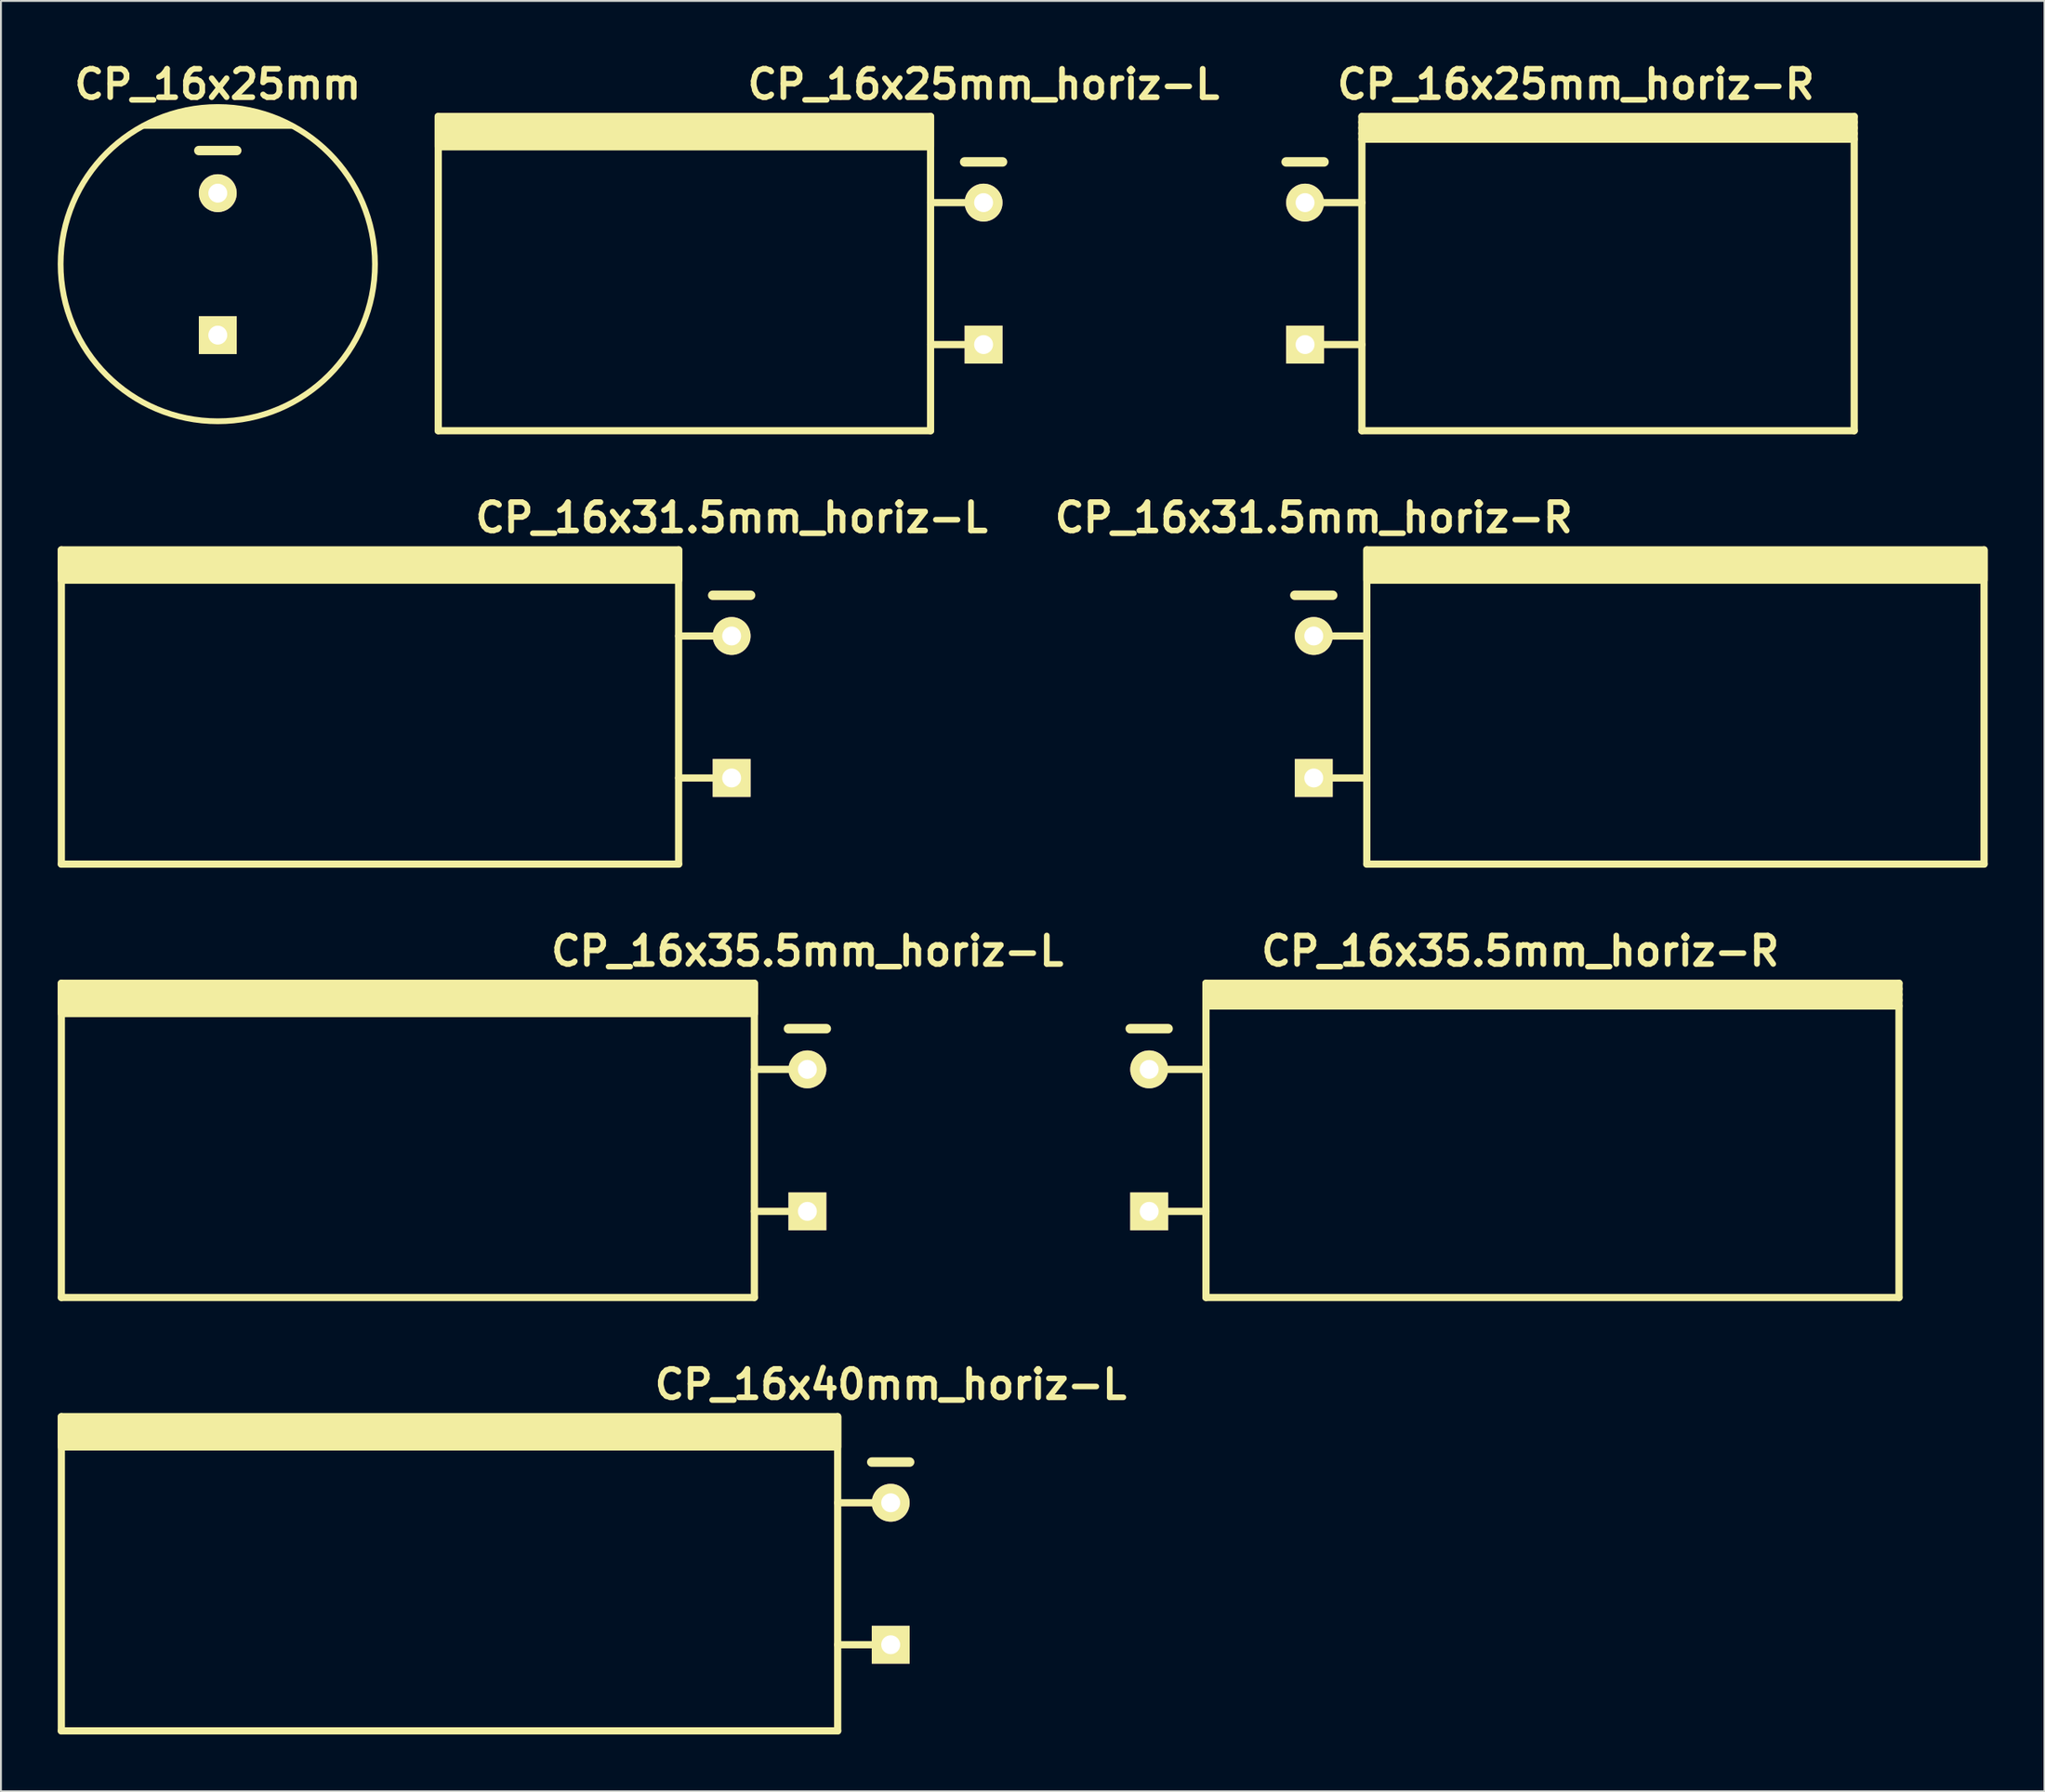
<source format=kicad_pcb>
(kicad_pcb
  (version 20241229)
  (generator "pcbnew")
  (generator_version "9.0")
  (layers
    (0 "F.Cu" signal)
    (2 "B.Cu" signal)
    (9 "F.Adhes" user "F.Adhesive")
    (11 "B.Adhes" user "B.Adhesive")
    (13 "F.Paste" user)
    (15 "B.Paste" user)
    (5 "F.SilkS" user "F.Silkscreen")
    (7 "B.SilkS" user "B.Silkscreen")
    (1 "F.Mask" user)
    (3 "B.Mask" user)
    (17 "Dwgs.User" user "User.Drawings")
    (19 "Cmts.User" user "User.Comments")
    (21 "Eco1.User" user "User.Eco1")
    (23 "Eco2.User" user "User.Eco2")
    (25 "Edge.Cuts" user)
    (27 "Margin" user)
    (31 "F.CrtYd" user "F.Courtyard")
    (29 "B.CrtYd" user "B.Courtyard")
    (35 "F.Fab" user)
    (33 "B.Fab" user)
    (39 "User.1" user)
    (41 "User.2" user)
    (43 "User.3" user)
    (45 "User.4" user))
  (footprint "CP_16x35.5mm_horiz-L"
    (layer "F.Cu")
    (at 39.59 57.193)
    (property "Reference" "CP_16x35.5mm_horiz-L" (at 0 -10 0) (layer "F.SilkS") (effects (font (size 1.5 1.5) (thickness 0.3))))
    (attr through_hole)
    (fp_line (start -39.4 8.3) (end -39.4 -8.3) (stroke (width 0.381) (type solid)) (layer "F.SilkS"))
    (fp_line (start -2.8 -8.3) (end -2.8 8.3) (stroke (width 0.381) (type solid)) (layer "F.SilkS"))
    (fp_line (start -2.8 -3.75) (end 0 -3.75) (stroke (width 0.381) (type solid)) (layer "F.SilkS"))
    (fp_line (start -2.8 3.75) (end 0 3.75) (stroke (width 0.381) (type solid)) (layer "F.SilkS"))
    (fp_line (start -2.8 8.3) (end -39.4 8.3) (stroke (width 0.381) (type solid)) (layer "F.SilkS"))
    (fp_line (start -1 -5.9) (end 1 -5.9) (stroke (width 0.5) (type solid)) (layer "F.SilkS"))
    (fp_poly (pts (xy -2.8 -6.7) (xy -39.4 -6.7) (xy -39.4 -8.3) (xy -2.8 -8.3)) (stroke (width 0.381) (type solid)) (fill yes) (layer "F.SilkS"))
    (pad "1" thru_hole rect (at 0 3.75) (size 2 2) (drill 1) (layers "*.Cu" "*.Mask" "F.SilkS"))
    (pad "2" thru_hole circle (at 0 -3.75) (size 2 2) (drill 1) (layers "*.Cu" "*.Mask" "F.SilkS")))
  (footprint "CP_16x35.5mm_horiz-R"
    (layer "F.Cu")
    (at 77.24 57.193)
    (property "Reference" "CP_16x35.5mm_horiz-R" (at 0 -10 0) (layer "F.SilkS") (effects (font (size 1.5 1.5) (thickness 0.3))))
    (attr through_hole)
    (fp_line (start -20.6 -5.9) (end -18.6 -5.9) (stroke (width 0.5) (type solid)) (layer "F.SilkS"))
    (fp_line (start -19.6 -3.75) (end -16.6 -3.75) (stroke (width 0.381) (type solid)) (layer "F.SilkS"))
    (fp_line (start -19.6 3.75) (end -16.6 3.75) (stroke (width 0.381) (type solid)) (layer "F.SilkS"))
    (fp_line (start -16.6 -8) (end 20 -8) (stroke (width 0.381) (type solid)) (layer "F.SilkS"))
    (fp_line (start -16.6 -7.7) (end 20 -7.7) (stroke (width 0.381) (type solid)) (layer "F.SilkS"))
    (fp_line (start -16.6 -7.4) (end 20 -7.4) (stroke (width 0.381) (type solid)) (layer "F.SilkS"))
    (fp_line (start -16.6 -7.1) (end 20 -7.1) (stroke (width 0.381) (type solid)) (layer "F.SilkS"))
    (fp_line (start -16.6 8.3) (end -16.6 -8.3) (stroke (width 0.381) (type solid)) (layer "F.SilkS"))
    (fp_line (start 20 -8.3) (end -16.6 -8.3) (stroke (width 0.381) (type solid)) (layer "F.SilkS"))
    (fp_line (start 20 -8.3) (end 20 8.3) (stroke (width 0.381) (type solid)) (layer "F.SilkS"))
    (fp_line (start 20 8.3) (end -16.6 8.3) (stroke (width 0.381) (type solid)) (layer "F.SilkS"))
    (pad "1" thru_hole rect (at -19.6 3.75) (size 2 2) (drill 1) (layers "*.Cu" "*.Mask" "F.SilkS"))
    (pad "2" thru_hole circle (at -19.6 -3.75) (size 2 2) (drill 1) (layers "*.Cu" "*.Mask" "F.SilkS")))
  (footprint "CP_16x31.5mm_horiz-L"
    (layer "F.Cu")
    (at 35.59 34.298)
    (property "Reference" "CP_16x31.5mm_horiz-L" (at 0 -10 0) (layer "F.SilkS") (effects (font (size 1.5 1.5) (thickness 0.3))))
    (attr through_hole)
    (fp_line (start -35.4 8.3) (end -35.4 -8.3) (stroke (width 0.381) (type solid)) (layer "F.SilkS"))
    (fp_line (start -2.8 -8.3) (end -2.8 8.3) (stroke (width 0.381) (type solid)) (layer "F.SilkS"))
    (fp_line (start -2.8 -3.75) (end 0 -3.75) (stroke (width 0.381) (type solid)) (layer "F.SilkS"))
    (fp_line (start -2.8 3.75) (end 0 3.75) (stroke (width 0.381) (type solid)) (layer "F.SilkS"))
    (fp_line (start -2.8 8.3) (end -35.4 8.3) (stroke (width 0.381) (type solid)) (layer "F.SilkS"))
    (fp_line (start -1 -5.9) (end 1 -5.9) (stroke (width 0.5) (type solid)) (layer "F.SilkS"))
    (fp_poly (pts (xy -2.8 -6.7) (xy -35.4 -6.7) (xy -35.4 -8.3) (xy -2.8 -8.3)) (stroke (width 0.381) (type solid)) (fill yes) (layer "F.SilkS"))
    (pad "1" thru_hole rect (at 0 3.75) (size 2 2) (drill 1) (layers "*.Cu" "*.Mask" "F.SilkS"))
    (pad "2" thru_hole circle (at 0 -3.75) (size 2 2) (drill 1) (layers "*.Cu" "*.Mask" "F.SilkS")))
  (footprint "CP_16x40mm_horiz-L"
    (layer "F.Cu")
    (at 43.99 80.088)
    (property "Reference" "CP_16x40mm_horiz-L" (at 0 -10 0) (layer "F.SilkS") (effects (font (size 1.5 1.5) (thickness 0.3))))
    (attr through_hole)
    (fp_line (start -43.8 8.3) (end -43.8 -8.3) (stroke (width 0.381) (type solid)) (layer "F.SilkS"))
    (fp_line (start -2.8 -8.3) (end -2.8 8.3) (stroke (width 0.381) (type solid)) (layer "F.SilkS"))
    (fp_line (start -2.8 -3.75) (end 0 -3.75) (stroke (width 0.381) (type solid)) (layer "F.SilkS"))
    (fp_line (start -2.8 3.75) (end 0 3.75) (stroke (width 0.381) (type solid)) (layer "F.SilkS"))
    (fp_line (start -2.8 8.3) (end -43.8 8.3) (stroke (width 0.381) (type solid)) (layer "F.SilkS"))
    (fp_line (start -1 -5.9) (end 1 -5.9) (stroke (width 0.5) (type solid)) (layer "F.SilkS"))
    (fp_poly (pts (xy -2.8 -6.7) (xy -43.8 -6.7) (xy -43.8 -8.3) (xy -2.8 -8.3)) (stroke (width 0.381) (type solid)) (fill yes) (layer "F.SilkS"))
    (pad "1" thru_hole rect (at 0 3.75) (size 2 2) (drill 1) (layers "*.Cu" "*.Mask" "F.SilkS"))
    (pad "2" thru_hole circle (at 0 -3.75) (size 2 2) (drill 1) (layers "*.Cu" "*.Mask" "F.SilkS")))
  (footprint "CP_16x31.5mm_horiz-R"
    (layer "F.Cu")
    (at 66.333 34.298)
    (property "Reference" "CP_16x31.5mm_horiz-R" (at 0 -10 0) (layer "F.SilkS") (effects (font (size 1.5 1.5) (thickness 0.3))))
    (attr through_hole)
    (fp_line (start -1 -5.9) (end 1 -5.9) (stroke (width 0.5) (type solid)) (layer "F.SilkS"))
    (fp_line (start 0 -3.75) (end 2.8 -3.75) (stroke (width 0.381) (type solid)) (layer "F.SilkS"))
    (fp_line (start 0 3.75) (end 2.8 3.75) (stroke (width 0.381) (type solid)) (layer "F.SilkS"))
    (fp_line (start 2.8 8.3) (end 2.8 -8.3) (stroke (width 0.381) (type solid)) (layer "F.SilkS"))
    (fp_line (start 35.4 -8.3) (end 35.4 8.3) (stroke (width 0.381) (type solid)) (layer "F.SilkS"))
    (fp_line (start 35.4 8.3) (end 2.8 8.3) (stroke (width 0.381) (type solid)) (layer "F.SilkS"))
    (fp_poly (pts (xy 35.4 -6.7) (xy 2.8 -6.7) (xy 2.8 -8.3) (xy 35.4 -8.3)) (stroke (width 0.381) (type solid)) (fill yes) (layer "F.SilkS"))
    (pad "1" thru_hole rect (at 0 3.75) (size 2 2) (drill 1) (layers "*.Cu" "*.Mask" "F.SilkS"))
    (pad "2" thru_hole circle (at 0 -3.75) (size 2 2) (drill 1) (layers "*.Cu" "*.Mask" "F.SilkS")))
  (footprint "CP_16x25mm"
    (layer "F.Cu")
    (at 8.452 10.904)
    (property "Reference" "CP_16x25mm" (at 0 -9.5 0) (layer "F.SilkS") (effects (font (size 1.5 1.5) (thickness 0.3))))
    (attr through_hole)
    (fp_line (start -3.4 -7.5) (end 3.4 -7.5) (stroke (width 0.305) (type solid)) (layer "F.SilkS"))
    (fp_line (start -2.4 -7.9) (end 2.4 -7.9) (stroke (width 0.305) (type solid)) (layer "F.SilkS"))
    (fp_line (start -1.7 -8.1) (end 1.7 -8.1) (stroke (width 0.305) (type solid)) (layer "F.SilkS"))
    (fp_line (start -1 -6) (end 1 -6) (stroke (width 0.5) (type solid)) (layer "F.SilkS"))
    (fp_line (start 3 -7.7) (end -2.9 -7.7) (stroke (width 0.305) (type solid)) (layer "F.SilkS"))
    (fp_line (start 3.9 -7.3) (end -3.9 -7.3) (stroke (width 0.305) (type solid)) (layer "F.SilkS"))
    (fp_circle (center 0 0) (end -8.3 0) (stroke (width 0.305) (type solid)) (fill no) (layer "F.SilkS"))
    (pad "1" thru_hole rect (at 0 3.75) (size 2 2) (drill 1) (layers "*.Cu" "*.Mask" "F.SilkS"))
    (pad "2" thru_hole circle (at 0 -3.75) (size 2 2) (drill 1) (layers "*.Cu" "*.Mask" "F.SilkS")))
  (footprint "CP_16x25mm_horiz-R"
    (layer "F.Cu")
    (at 80.174 11.404)
    (property "Reference" "CP_16x25mm_horiz-R" (at 0 -10 0) (layer "F.SilkS") (effects (font (size 1.5 1.5) (thickness 0.3))))
    (attr through_hole)
    (fp_line (start -15.3 -5.9) (end -13.3 -5.9) (stroke (width 0.5) (type solid)) (layer "F.SilkS"))
    (fp_line (start -14.3 -3.75) (end -11.3 -3.75) (stroke (width 0.381) (type solid)) (layer "F.SilkS"))
    (fp_line (start -14.3 3.75) (end -11.3 3.75) (stroke (width 0.381) (type solid)) (layer "F.SilkS"))
    (fp_line (start -11.3 -8) (end 14.7 -8) (stroke (width 0.381) (type solid)) (layer "F.SilkS"))
    (fp_line (start -11.3 -7.7) (end 14.7 -7.7) (stroke (width 0.381) (type solid)) (layer "F.SilkS"))
    (fp_line (start -11.3 -7.4) (end 14.7 -7.4) (stroke (width 0.381) (type solid)) (layer "F.SilkS"))
    (fp_line (start -11.3 -7.1) (end 14.7 -7.1) (stroke (width 0.381) (type solid)) (layer "F.SilkS"))
    (fp_line (start -11.3 8.3) (end -11.3 -8.3) (stroke (width 0.381) (type solid)) (layer "F.SilkS"))
    (fp_line (start 14.7 -8.3) (end -11.3 -8.3) (stroke (width 0.381) (type solid)) (layer "F.SilkS"))
    (fp_line (start 14.7 -8.3) (end 14.7 8.3) (stroke (width 0.381) (type solid)) (layer "F.SilkS"))
    (fp_line (start 14.7 8.3) (end -11.3 8.3) (stroke (width 0.381) (type solid)) (layer "F.SilkS"))
    (pad "1" thru_hole rect (at -14.3 3.75) (size 2 2) (drill 1) (layers "*.Cu" "*.Mask" "F.SilkS"))
    (pad "2" thru_hole circle (at -14.3 -3.75) (size 2 2) (drill 1) (layers "*.Cu" "*.Mask" "F.SilkS")))
  (footprint "CP_16x25mm_horiz-L"
    (layer "F.Cu")
    (at 48.895 11.404)
    (property "Reference" "CP_16x25mm_horiz-L" (at 0 -10 0) (layer "F.SilkS") (effects (font (size 1.5 1.5) (thickness 0.3))))
    (attr through_hole)
    (fp_line (start -28.8 8.3) (end -28.8 -8.3) (stroke (width 0.381) (type solid)) (layer "F.SilkS"))
    (fp_line (start -2.8 -8.3) (end -2.8 8.3) (stroke (width 0.381) (type solid)) (layer "F.SilkS"))
    (fp_line (start -2.8 -3.75) (end 0 -3.75) (stroke (width 0.381) (type solid)) (layer "F.SilkS"))
    (fp_line (start -2.8 3.75) (end 0 3.75) (stroke (width 0.381) (type solid)) (layer "F.SilkS"))
    (fp_line (start -2.8 8.3) (end -28.8 8.3) (stroke (width 0.381) (type solid)) (layer "F.SilkS"))
    (fp_line (start -1 -5.9) (end 1 -5.9) (stroke (width 0.5) (type solid)) (layer "F.SilkS"))
    (fp_poly (pts (xy -2.8 -6.7) (xy -28.8 -6.7) (xy -28.8 -8.3) (xy -2.8 -8.3)) (stroke (width 0.381) (type solid)) (fill yes) (layer "F.SilkS"))
    (pad "1" thru_hole rect (at 0 3.75) (size 2 2) (drill 1) (layers "*.Cu" "*.Mask" "F.SilkS"))
    (pad "2" thru_hole circle (at 0 -3.75) (size 2 2) (drill 1) (layers "*.Cu" "*.Mask" "F.SilkS")))
  (gr_rect
    (start -3 -3)
    (end 104.924 91.578)
    (stroke (width 0.1) (type default))
    (fill no)
    (layer "Edge.Cuts")))
</source>
